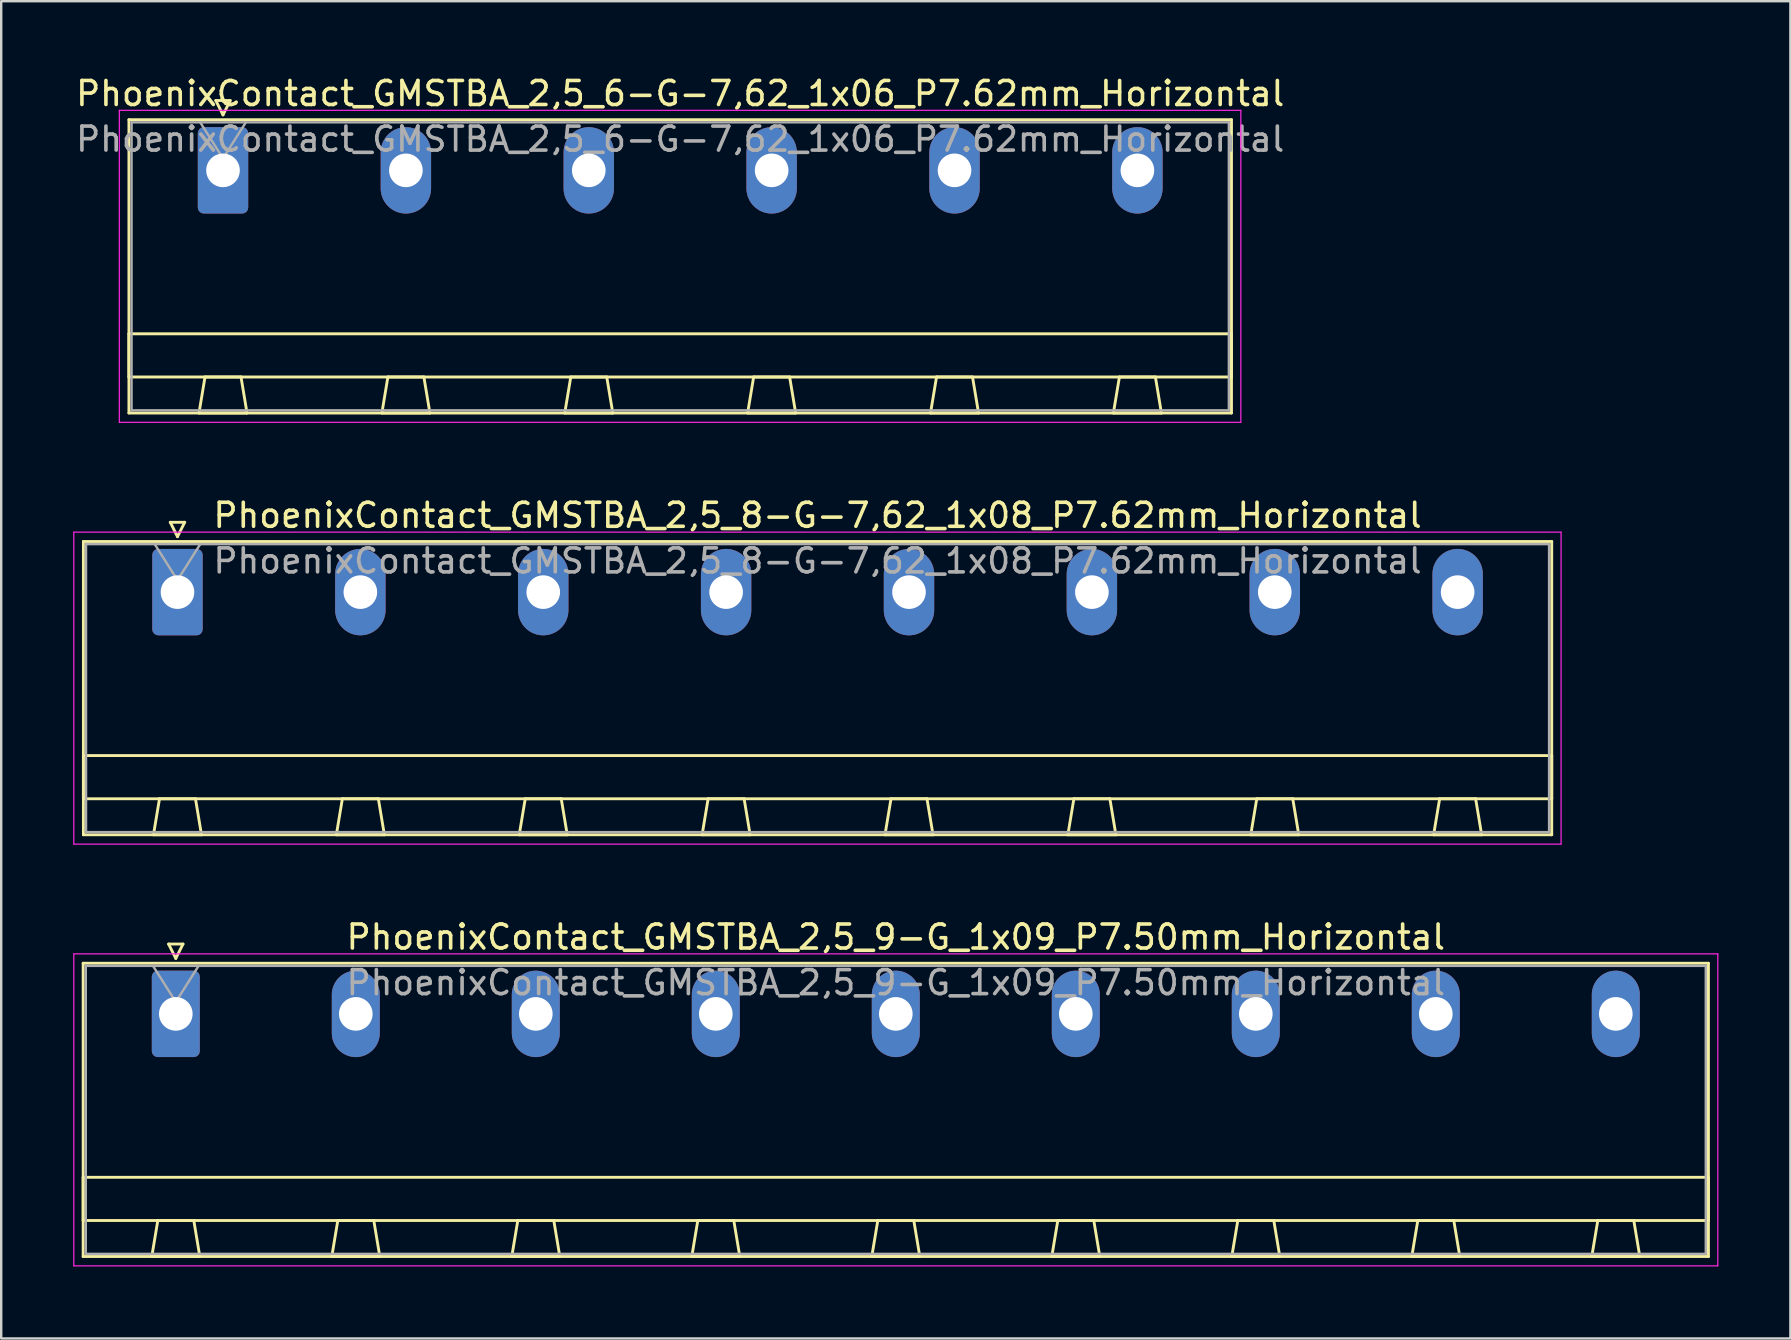
<source format=kicad_pcb>
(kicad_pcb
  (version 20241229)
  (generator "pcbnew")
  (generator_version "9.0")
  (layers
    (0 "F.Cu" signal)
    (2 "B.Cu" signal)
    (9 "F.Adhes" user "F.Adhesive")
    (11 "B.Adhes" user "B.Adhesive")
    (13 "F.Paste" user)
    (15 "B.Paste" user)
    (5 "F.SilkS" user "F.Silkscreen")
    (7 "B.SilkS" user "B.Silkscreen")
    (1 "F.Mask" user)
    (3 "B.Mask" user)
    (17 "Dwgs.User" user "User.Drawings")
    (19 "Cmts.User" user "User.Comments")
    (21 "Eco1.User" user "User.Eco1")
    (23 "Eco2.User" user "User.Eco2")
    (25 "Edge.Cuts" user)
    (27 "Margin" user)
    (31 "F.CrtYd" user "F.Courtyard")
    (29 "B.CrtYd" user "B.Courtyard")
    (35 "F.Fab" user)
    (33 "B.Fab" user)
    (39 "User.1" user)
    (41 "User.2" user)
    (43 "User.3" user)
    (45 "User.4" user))
  (footprint "PhoenixContact_GMSTBA_2,5_6-G-7,62_1x06_P7.62mm_Horizontal"
    (layer "F.Cu")
    (at 6.242 4.048)
    (property "Reference" "PhoenixContact_GMSTBA_2,5_6-G-7,62_1x06_P7.62mm_Horizontal" (at 19.05 -3.2 0) (layer "F.SilkS") (effects (font (size 1 1) (thickness 0.15))))
    (attr through_hole)
    (fp_line (start -3.92 -2.11) (end -3.92 10.11) (stroke (width 0.12) (type solid)) (layer "F.SilkS"))
    (fp_line (start -3.92 6.81) (end 42.02 6.81) (stroke (width 0.12) (type solid)) (layer "F.SilkS"))
    (fp_line (start -3.92 8.61) (end -3.92 6.81) (stroke (width 0.12) (type solid)) (layer "F.SilkS"))
    (fp_line (start -3.92 10.11) (end 42.02 10.11) (stroke (width 0.12) (type solid)) (layer "F.SilkS"))
    (fp_line (start -1 10.11) (end 1 10.11) (stroke (width 0.12) (type solid)) (layer "F.SilkS"))
    (fp_line (start -0.75 8.61) (end -1 10.11) (stroke (width 0.12) (type solid)) (layer "F.SilkS"))
    (fp_line (start -0.3 -2.91) (end 0.3 -2.91) (stroke (width 0.12) (type solid)) (layer "F.SilkS"))
    (fp_line (start 0 -2.31) (end -0.3 -2.91) (stroke (width 0.12) (type solid)) (layer "F.SilkS"))
    (fp_line (start 0.3 -2.91) (end 0 -2.31) (stroke (width 0.12) (type solid)) (layer "F.SilkS"))
    (fp_line (start 0.75 8.61) (end -0.75 8.61) (stroke (width 0.12) (type solid)) (layer "F.SilkS"))
    (fp_line (start 1 10.11) (end 0.75 8.61) (stroke (width 0.12) (type solid)) (layer "F.SilkS"))
    (fp_line (start 6.62 10.11) (end 8.62 10.11) (stroke (width 0.12) (type solid)) (layer "F.SilkS"))
    (fp_line (start 6.87 8.61) (end 6.62 10.11) (stroke (width 0.12) (type solid)) (layer "F.SilkS"))
    (fp_line (start 8.37 8.61) (end 6.87 8.61) (stroke (width 0.12) (type solid)) (layer "F.SilkS"))
    (fp_line (start 8.62 10.11) (end 8.37 8.61) (stroke (width 0.12) (type solid)) (layer "F.SilkS"))
    (fp_line (start 14.24 10.11) (end 16.24 10.11) (stroke (width 0.12) (type solid)) (layer "F.SilkS"))
    (fp_line (start 14.49 8.61) (end 14.24 10.11) (stroke (width 0.12) (type solid)) (layer "F.SilkS"))
    (fp_line (start 15.99 8.61) (end 14.49 8.61) (stroke (width 0.12) (type solid)) (layer "F.SilkS"))
    (fp_line (start 16.24 10.11) (end 15.99 8.61) (stroke (width 0.12) (type solid)) (layer "F.SilkS"))
    (fp_line (start 21.86 10.11) (end 23.86 10.11) (stroke (width 0.12) (type solid)) (layer "F.SilkS"))
    (fp_line (start 22.11 8.61) (end 21.86 10.11) (stroke (width 0.12) (type solid)) (layer "F.SilkS"))
    (fp_line (start 23.61 8.61) (end 22.11 8.61) (stroke (width 0.12) (type solid)) (layer "F.SilkS"))
    (fp_line (start 23.86 10.11) (end 23.61 8.61) (stroke (width 0.12) (type solid)) (layer "F.SilkS"))
    (fp_line (start 29.48 10.11) (end 31.48 10.11) (stroke (width 0.12) (type solid)) (layer "F.SilkS"))
    (fp_line (start 29.73 8.61) (end 29.48 10.11) (stroke (width 0.12) (type solid)) (layer "F.SilkS"))
    (fp_line (start 31.23 8.61) (end 29.73 8.61) (stroke (width 0.12) (type solid)) (layer "F.SilkS"))
    (fp_line (start 31.48 10.11) (end 31.23 8.61) (stroke (width 0.12) (type solid)) (layer "F.SilkS"))
    (fp_line (start 37.1 10.11) (end 39.1 10.11) (stroke (width 0.12) (type solid)) (layer "F.SilkS"))
    (fp_line (start 37.35 8.61) (end 37.1 10.11) (stroke (width 0.12) (type solid)) (layer "F.SilkS"))
    (fp_line (start 38.85 8.61) (end 37.35 8.61) (stroke (width 0.12) (type solid)) (layer "F.SilkS"))
    (fp_line (start 39.1 10.11) (end 38.85 8.61) (stroke (width 0.12) (type solid)) (layer "F.SilkS"))
    (fp_line (start 42.02 -2.11) (end -3.92 -2.11) (stroke (width 0.12) (type solid)) (layer "F.SilkS"))
    (fp_line (start 42.02 6.81) (end 42.02 8.61) (stroke (width 0.12) (type solid)) (layer "F.SilkS"))
    (fp_line (start 42.02 8.61) (end -3.92 8.61) (stroke (width 0.12) (type solid)) (layer "F.SilkS"))
    (fp_line (start 42.02 10.11) (end 42.02 -2.11) (stroke (width 0.12) (type solid)) (layer "F.SilkS"))
    (fp_line (start -4.32 -2.5) (end -4.32 10.5) (stroke (width 0.05) (type solid)) (layer "F.CrtYd"))
    (fp_line (start -4.32 10.5) (end 42.41 10.5) (stroke (width 0.05) (type solid)) (layer "F.CrtYd"))
    (fp_line (start 42.41 -2.5) (end -4.32 -2.5) (stroke (width 0.05) (type solid)) (layer "F.CrtYd"))
    (fp_line (start 42.41 10.5) (end 42.41 -2.5) (stroke (width 0.05) (type solid)) (layer "F.CrtYd"))
    (fp_line (start -3.81 -2) (end -3.81 10) (stroke (width 0.1) (type solid)) (layer "F.Fab"))
    (fp_line (start -3.81 10) (end 41.91 10) (stroke (width 0.1) (type solid)) (layer "F.Fab"))
    (fp_line (start 0 -0.5) (end -0.95 -2) (stroke (width 0.1) (type solid)) (layer "F.Fab"))
    (fp_line (start 0.95 -2) (end 0 -0.5) (stroke (width 0.1) (type solid)) (layer "F.Fab"))
    (fp_line (start 41.91 -2) (end -3.81 -2) (stroke (width 0.1) (type solid)) (layer "F.Fab"))
    (fp_line (start 41.91 10) (end 41.91 -2) (stroke (width 0.1) (type solid)) (layer "F.Fab"))
    (fp_text user "${REFERENCE}" (at 19.05 -1.3 0) (layer "F.Fab") (effects (font (size 1 1) (thickness 0.15))))
    (pad "1" thru_hole roundrect (at 0 0) (size 2.1 3.6) (drill 1.4) (layers "*.Cu" "*.Mask") (roundrect_rratio 0.119))
    (pad "2" thru_hole oval (at 7.62 0) (size 2.1 3.6) (drill 1.4) (layers "*.Cu" "*.Mask"))
    (pad "3" thru_hole oval (at 15.24 0) (size 2.1 3.6) (drill 1.4) (layers "*.Cu" "*.Mask"))
    (pad "4" thru_hole oval (at 22.86 0) (size 2.1 3.6) (drill 1.4) (layers "*.Cu" "*.Mask"))
    (pad "5" thru_hole oval (at 30.48 0) (size 2.1 3.6) (drill 1.4) (layers "*.Cu" "*.Mask"))
    (pad "6" thru_hole oval (at 38.1 0) (size 2.1 3.6) (drill 1.4) (layers "*.Cu" "*.Mask")))
  (footprint "PhoenixContact_GMSTBA_2,5_9-G_1x09_P7.50mm_Horizontal"
    (layer "F.Cu")
    (at 4.275 39.195)
    (property "Reference" "PhoenixContact_GMSTBA_2,5_9-G_1x09_P7.50mm_Horizontal" (at 30 -3.2 0) (layer "F.SilkS") (effects (font (size 1 1) (thickness 0.15))))
    (attr through_hole)
    (fp_line (start -3.86 -2.11) (end -3.86 10.11) (stroke (width 0.12) (type solid)) (layer "F.SilkS"))
    (fp_line (start -3.86 6.81) (end 63.86 6.81) (stroke (width 0.12) (type solid)) (layer "F.SilkS"))
    (fp_line (start -3.86 8.61) (end -3.86 6.81) (stroke (width 0.12) (type solid)) (layer "F.SilkS"))
    (fp_line (start -3.86 10.11) (end 63.86 10.11) (stroke (width 0.12) (type solid)) (layer "F.SilkS"))
    (fp_line (start -1 10.11) (end 1 10.11) (stroke (width 0.12) (type solid)) (layer "F.SilkS"))
    (fp_line (start -0.75 8.61) (end -1 10.11) (stroke (width 0.12) (type solid)) (layer "F.SilkS"))
    (fp_line (start -0.3 -2.91) (end 0.3 -2.91) (stroke (width 0.12) (type solid)) (layer "F.SilkS"))
    (fp_line (start 0 -2.31) (end -0.3 -2.91) (stroke (width 0.12) (type solid)) (layer "F.SilkS"))
    (fp_line (start 0.3 -2.91) (end 0 -2.31) (stroke (width 0.12) (type solid)) (layer "F.SilkS"))
    (fp_line (start 0.75 8.61) (end -0.75 8.61) (stroke (width 0.12) (type solid)) (layer "F.SilkS"))
    (fp_line (start 1 10.11) (end 0.75 8.61) (stroke (width 0.12) (type solid)) (layer "F.SilkS"))
    (fp_line (start 6.5 10.11) (end 8.5 10.11) (stroke (width 0.12) (type solid)) (layer "F.SilkS"))
    (fp_line (start 6.75 8.61) (end 6.5 10.11) (stroke (width 0.12) (type solid)) (layer "F.SilkS"))
    (fp_line (start 8.25 8.61) (end 6.75 8.61) (stroke (width 0.12) (type solid)) (layer "F.SilkS"))
    (fp_line (start 8.5 10.11) (end 8.25 8.61) (stroke (width 0.12) (type solid)) (layer "F.SilkS"))
    (fp_line (start 14 10.11) (end 16 10.11) (stroke (width 0.12) (type solid)) (layer "F.SilkS"))
    (fp_line (start 14.25 8.61) (end 14 10.11) (stroke (width 0.12) (type solid)) (layer "F.SilkS"))
    (fp_line (start 15.75 8.61) (end 14.25 8.61) (stroke (width 0.12) (type solid)) (layer "F.SilkS"))
    (fp_line (start 16 10.11) (end 15.75 8.61) (stroke (width 0.12) (type solid)) (layer "F.SilkS"))
    (fp_line (start 21.5 10.11) (end 23.5 10.11) (stroke (width 0.12) (type solid)) (layer "F.SilkS"))
    (fp_line (start 21.75 8.61) (end 21.5 10.11) (stroke (width 0.12) (type solid)) (layer "F.SilkS"))
    (fp_line (start 23.25 8.61) (end 21.75 8.61) (stroke (width 0.12) (type solid)) (layer "F.SilkS"))
    (fp_line (start 23.5 10.11) (end 23.25 8.61) (stroke (width 0.12) (type solid)) (layer "F.SilkS"))
    (fp_line (start 29 10.11) (end 31 10.11) (stroke (width 0.12) (type solid)) (layer "F.SilkS"))
    (fp_line (start 29.25 8.61) (end 29 10.11) (stroke (width 0.12) (type solid)) (layer "F.SilkS"))
    (fp_line (start 30.75 8.61) (end 29.25 8.61) (stroke (width 0.12) (type solid)) (layer "F.SilkS"))
    (fp_line (start 31 10.11) (end 30.75 8.61) (stroke (width 0.12) (type solid)) (layer "F.SilkS"))
    (fp_line (start 36.5 10.11) (end 38.5 10.11) (stroke (width 0.12) (type solid)) (layer "F.SilkS"))
    (fp_line (start 36.75 8.61) (end 36.5 10.11) (stroke (width 0.12) (type solid)) (layer "F.SilkS"))
    (fp_line (start 38.25 8.61) (end 36.75 8.61) (stroke (width 0.12) (type solid)) (layer "F.SilkS"))
    (fp_line (start 38.5 10.11) (end 38.25 8.61) (stroke (width 0.12) (type solid)) (layer "F.SilkS"))
    (fp_line (start 44 10.11) (end 46 10.11) (stroke (width 0.12) (type solid)) (layer "F.SilkS"))
    (fp_line (start 44.25 8.61) (end 44 10.11) (stroke (width 0.12) (type solid)) (layer "F.SilkS"))
    (fp_line (start 45.75 8.61) (end 44.25 8.61) (stroke (width 0.12) (type solid)) (layer "F.SilkS"))
    (fp_line (start 46 10.11) (end 45.75 8.61) (stroke (width 0.12) (type solid)) (layer "F.SilkS"))
    (fp_line (start 51.5 10.11) (end 53.5 10.11) (stroke (width 0.12) (type solid)) (layer "F.SilkS"))
    (fp_line (start 51.75 8.61) (end 51.5 10.11) (stroke (width 0.12) (type solid)) (layer "F.SilkS"))
    (fp_line (start 53.25 8.61) (end 51.75 8.61) (stroke (width 0.12) (type solid)) (layer "F.SilkS"))
    (fp_line (start 53.5 10.11) (end 53.25 8.61) (stroke (width 0.12) (type solid)) (layer "F.SilkS"))
    (fp_line (start 59 10.11) (end 61 10.11) (stroke (width 0.12) (type solid)) (layer "F.SilkS"))
    (fp_line (start 59.25 8.61) (end 59 10.11) (stroke (width 0.12) (type solid)) (layer "F.SilkS"))
    (fp_line (start 60.75 8.61) (end 59.25 8.61) (stroke (width 0.12) (type solid)) (layer "F.SilkS"))
    (fp_line (start 61 10.11) (end 60.75 8.61) (stroke (width 0.12) (type solid)) (layer "F.SilkS"))
    (fp_line (start 63.86 -2.11) (end -3.86 -2.11) (stroke (width 0.12) (type solid)) (layer "F.SilkS"))
    (fp_line (start 63.86 6.81) (end 63.86 8.61) (stroke (width 0.12) (type solid)) (layer "F.SilkS"))
    (fp_line (start 63.86 8.61) (end -3.86 8.61) (stroke (width 0.12) (type solid)) (layer "F.SilkS"))
    (fp_line (start 63.86 10.11) (end 63.86 -2.11) (stroke (width 0.12) (type solid)) (layer "F.SilkS"))
    (fp_line (start -4.25 -2.5) (end -4.25 10.5) (stroke (width 0.05) (type solid)) (layer "F.CrtYd"))
    (fp_line (start -4.25 10.5) (end 64.25 10.5) (stroke (width 0.05) (type solid)) (layer "F.CrtYd"))
    (fp_line (start 64.25 -2.5) (end -4.25 -2.5) (stroke (width 0.05) (type solid)) (layer "F.CrtYd"))
    (fp_line (start 64.25 10.5) (end 64.25 -2.5) (stroke (width 0.05) (type solid)) (layer "F.CrtYd"))
    (fp_line (start -3.75 -2) (end -3.75 10) (stroke (width 0.1) (type solid)) (layer "F.Fab"))
    (fp_line (start -3.75 10) (end 63.75 10) (stroke (width 0.1) (type solid)) (layer "F.Fab"))
    (fp_line (start 0 -0.5) (end -0.95 -2) (stroke (width 0.1) (type solid)) (layer "F.Fab"))
    (fp_line (start 0.95 -2) (end 0 -0.5) (stroke (width 0.1) (type solid)) (layer "F.Fab"))
    (fp_line (start 63.75 -2) (end -3.75 -2) (stroke (width 0.1) (type solid)) (layer "F.Fab"))
    (fp_line (start 63.75 10) (end 63.75 -2) (stroke (width 0.1) (type solid)) (layer "F.Fab"))
    (fp_text user "${REFERENCE}" (at 30 -1.3 0) (layer "F.Fab") (effects (font (size 1 1) (thickness 0.15))))
    (pad "1" thru_hole roundrect (at 0 0) (size 2 3.6) (drill 1.4) (layers "*.Cu" "*.Mask") (roundrect_rratio 0.125))
    (pad "2" thru_hole oval (at 7.5 0) (size 2 3.6) (drill 1.4) (layers "*.Cu" "*.Mask"))
    (pad "3" thru_hole oval (at 15 0) (size 2 3.6) (drill 1.4) (layers "*.Cu" "*.Mask"))
    (pad "4" thru_hole oval (at 22.5 0) (size 2 3.6) (drill 1.4) (layers "*.Cu" "*.Mask"))
    (pad "5" thru_hole oval (at 30 0) (size 2 3.6) (drill 1.4) (layers "*.Cu" "*.Mask"))
    (pad "6" thru_hole oval (at 37.5 0) (size 2 3.6) (drill 1.4) (layers "*.Cu" "*.Mask"))
    (pad "7" thru_hole oval (at 45 0) (size 2 3.6) (drill 1.4) (layers "*.Cu" "*.Mask"))
    (pad "8" thru_hole oval (at 52.5 0) (size 2 3.6) (drill 1.4) (layers "*.Cu" "*.Mask"))
    (pad "9" thru_hole oval (at 60 0) (size 2 3.6) (drill 1.4) (layers "*.Cu" "*.Mask")))
  (footprint "PhoenixContact_GMSTBA_2,5_8-G-7,62_1x08_P7.62mm_Horizontal"
    (layer "F.Cu")
    (at 4.345 21.622)
    (property "Reference" "PhoenixContact_GMSTBA_2,5_8-G-7,62_1x08_P7.62mm_Horizontal" (at 26.67 -3.2 0) (layer "F.SilkS") (effects (font (size 1 1) (thickness 0.15))))
    (attr through_hole)
    (fp_line (start -3.92 -2.11) (end -3.92 10.11) (stroke (width 0.12) (type solid)) (layer "F.SilkS"))
    (fp_line (start -3.92 6.81) (end 57.26 6.81) (stroke (width 0.12) (type solid)) (layer "F.SilkS"))
    (fp_line (start -3.92 8.61) (end -3.92 6.81) (stroke (width 0.12) (type solid)) (layer "F.SilkS"))
    (fp_line (start -3.92 10.11) (end 57.26 10.11) (stroke (width 0.12) (type solid)) (layer "F.SilkS"))
    (fp_line (start -1 10.11) (end 1 10.11) (stroke (width 0.12) (type solid)) (layer "F.SilkS"))
    (fp_line (start -0.75 8.61) (end -1 10.11) (stroke (width 0.12) (type solid)) (layer "F.SilkS"))
    (fp_line (start -0.3 -2.91) (end 0.3 -2.91) (stroke (width 0.12) (type solid)) (layer "F.SilkS"))
    (fp_line (start 0 -2.31) (end -0.3 -2.91) (stroke (width 0.12) (type solid)) (layer "F.SilkS"))
    (fp_line (start 0.3 -2.91) (end 0 -2.31) (stroke (width 0.12) (type solid)) (layer "F.SilkS"))
    (fp_line (start 0.75 8.61) (end -0.75 8.61) (stroke (width 0.12) (type solid)) (layer "F.SilkS"))
    (fp_line (start 1 10.11) (end 0.75 8.61) (stroke (width 0.12) (type solid)) (layer "F.SilkS"))
    (fp_line (start 6.62 10.11) (end 8.62 10.11) (stroke (width 0.12) (type solid)) (layer "F.SilkS"))
    (fp_line (start 6.87 8.61) (end 6.62 10.11) (stroke (width 0.12) (type solid)) (layer "F.SilkS"))
    (fp_line (start 8.37 8.61) (end 6.87 8.61) (stroke (width 0.12) (type solid)) (layer "F.SilkS"))
    (fp_line (start 8.62 10.11) (end 8.37 8.61) (stroke (width 0.12) (type solid)) (layer "F.SilkS"))
    (fp_line (start 14.24 10.11) (end 16.24 10.11) (stroke (width 0.12) (type solid)) (layer "F.SilkS"))
    (fp_line (start 14.49 8.61) (end 14.24 10.11) (stroke (width 0.12) (type solid)) (layer "F.SilkS"))
    (fp_line (start 15.99 8.61) (end 14.49 8.61) (stroke (width 0.12) (type solid)) (layer "F.SilkS"))
    (fp_line (start 16.24 10.11) (end 15.99 8.61) (stroke (width 0.12) (type solid)) (layer "F.SilkS"))
    (fp_line (start 21.86 10.11) (end 23.86 10.11) (stroke (width 0.12) (type solid)) (layer "F.SilkS"))
    (fp_line (start 22.11 8.61) (end 21.86 10.11) (stroke (width 0.12) (type solid)) (layer "F.SilkS"))
    (fp_line (start 23.61 8.61) (end 22.11 8.61) (stroke (width 0.12) (type solid)) (layer "F.SilkS"))
    (fp_line (start 23.86 10.11) (end 23.61 8.61) (stroke (width 0.12) (type solid)) (layer "F.SilkS"))
    (fp_line (start 29.48 10.11) (end 31.48 10.11) (stroke (width 0.12) (type solid)) (layer "F.SilkS"))
    (fp_line (start 29.73 8.61) (end 29.48 10.11) (stroke (width 0.12) (type solid)) (layer "F.SilkS"))
    (fp_line (start 31.23 8.61) (end 29.73 8.61) (stroke (width 0.12) (type solid)) (layer "F.SilkS"))
    (fp_line (start 31.48 10.11) (end 31.23 8.61) (stroke (width 0.12) (type solid)) (layer "F.SilkS"))
    (fp_line (start 37.1 10.11) (end 39.1 10.11) (stroke (width 0.12) (type solid)) (layer "F.SilkS"))
    (fp_line (start 37.35 8.61) (end 37.1 10.11) (stroke (width 0.12) (type solid)) (layer "F.SilkS"))
    (fp_line (start 38.85 8.61) (end 37.35 8.61) (stroke (width 0.12) (type solid)) (layer "F.SilkS"))
    (fp_line (start 39.1 10.11) (end 38.85 8.61) (stroke (width 0.12) (type solid)) (layer "F.SilkS"))
    (fp_line (start 44.72 10.11) (end 46.72 10.11) (stroke (width 0.12) (type solid)) (layer "F.SilkS"))
    (fp_line (start 44.97 8.61) (end 44.72 10.11) (stroke (width 0.12) (type solid)) (layer "F.SilkS"))
    (fp_line (start 46.47 8.61) (end 44.97 8.61) (stroke (width 0.12) (type solid)) (layer "F.SilkS"))
    (fp_line (start 46.72 10.11) (end 46.47 8.61) (stroke (width 0.12) (type solid)) (layer "F.SilkS"))
    (fp_line (start 52.34 10.11) (end 54.34 10.11) (stroke (width 0.12) (type solid)) (layer "F.SilkS"))
    (fp_line (start 52.59 8.61) (end 52.34 10.11) (stroke (width 0.12) (type solid)) (layer "F.SilkS"))
    (fp_line (start 54.09 8.61) (end 52.59 8.61) (stroke (width 0.12) (type solid)) (layer "F.SilkS"))
    (fp_line (start 54.34 10.11) (end 54.09 8.61) (stroke (width 0.12) (type solid)) (layer "F.SilkS"))
    (fp_line (start 57.26 -2.11) (end -3.92 -2.11) (stroke (width 0.12) (type solid)) (layer "F.SilkS"))
    (fp_line (start 57.26 6.81) (end 57.26 8.61) (stroke (width 0.12) (type solid)) (layer "F.SilkS"))
    (fp_line (start 57.26 8.61) (end -3.92 8.61) (stroke (width 0.12) (type solid)) (layer "F.SilkS"))
    (fp_line (start 57.26 10.11) (end 57.26 -2.11) (stroke (width 0.12) (type solid)) (layer "F.SilkS"))
    (fp_line (start -4.32 -2.5) (end -4.32 10.5) (stroke (width 0.05) (type solid)) (layer "F.CrtYd"))
    (fp_line (start -4.32 10.5) (end 57.65 10.5) (stroke (width 0.05) (type solid)) (layer "F.CrtYd"))
    (fp_line (start 57.65 -2.5) (end -4.32 -2.5) (stroke (width 0.05) (type solid)) (layer "F.CrtYd"))
    (fp_line (start 57.65 10.5) (end 57.65 -2.5) (stroke (width 0.05) (type solid)) (layer "F.CrtYd"))
    (fp_line (start -3.81 -2) (end -3.81 10) (stroke (width 0.1) (type solid)) (layer "F.Fab"))
    (fp_line (start -3.81 10) (end 57.15 10) (stroke (width 0.1) (type solid)) (layer "F.Fab"))
    (fp_line (start 0 -0.5) (end -0.95 -2) (stroke (width 0.1) (type solid)) (layer "F.Fab"))
    (fp_line (start 0.95 -2) (end 0 -0.5) (stroke (width 0.1) (type solid)) (layer "F.Fab"))
    (fp_line (start 57.15 -2) (end -3.81 -2) (stroke (width 0.1) (type solid)) (layer "F.Fab"))
    (fp_line (start 57.15 10) (end 57.15 -2) (stroke (width 0.1) (type solid)) (layer "F.Fab"))
    (fp_text user "${REFERENCE}" (at 26.67 -1.3 0) (layer "F.Fab") (effects (font (size 1 1) (thickness 0.15))))
    (pad "1" thru_hole roundrect (at 0 0) (size 2.1 3.6) (drill 1.4) (layers "*.Cu" "*.Mask") (roundrect_rratio 0.119))
    (pad "2" thru_hole oval (at 7.62 0) (size 2.1 3.6) (drill 1.4) (layers "*.Cu" "*.Mask"))
    (pad "3" thru_hole oval (at 15.24 0) (size 2.1 3.6) (drill 1.4) (layers "*.Cu" "*.Mask"))
    (pad "4" thru_hole oval (at 22.86 0) (size 2.1 3.6) (drill 1.4) (layers "*.Cu" "*.Mask"))
    (pad "5" thru_hole oval (at 30.48 0) (size 2.1 3.6) (drill 1.4) (layers "*.Cu" "*.Mask"))
    (pad "6" thru_hole oval (at 38.1 0) (size 2.1 3.6) (drill 1.4) (layers "*.Cu" "*.Mask"))
    (pad "7" thru_hole oval (at 45.72 0) (size 2.1 3.6) (drill 1.4) (layers "*.Cu" "*.Mask"))
    (pad "8" thru_hole oval (at 53.34 0) (size 2.1 3.6) (drill 1.4) (layers "*.Cu" "*.Mask")))
  (gr_rect
    (start -3 -3)
    (end 71.55 52.72)
    (stroke (width 0.1) (type default))
    (fill no)
    (layer "Edge.Cuts")))
</source>
